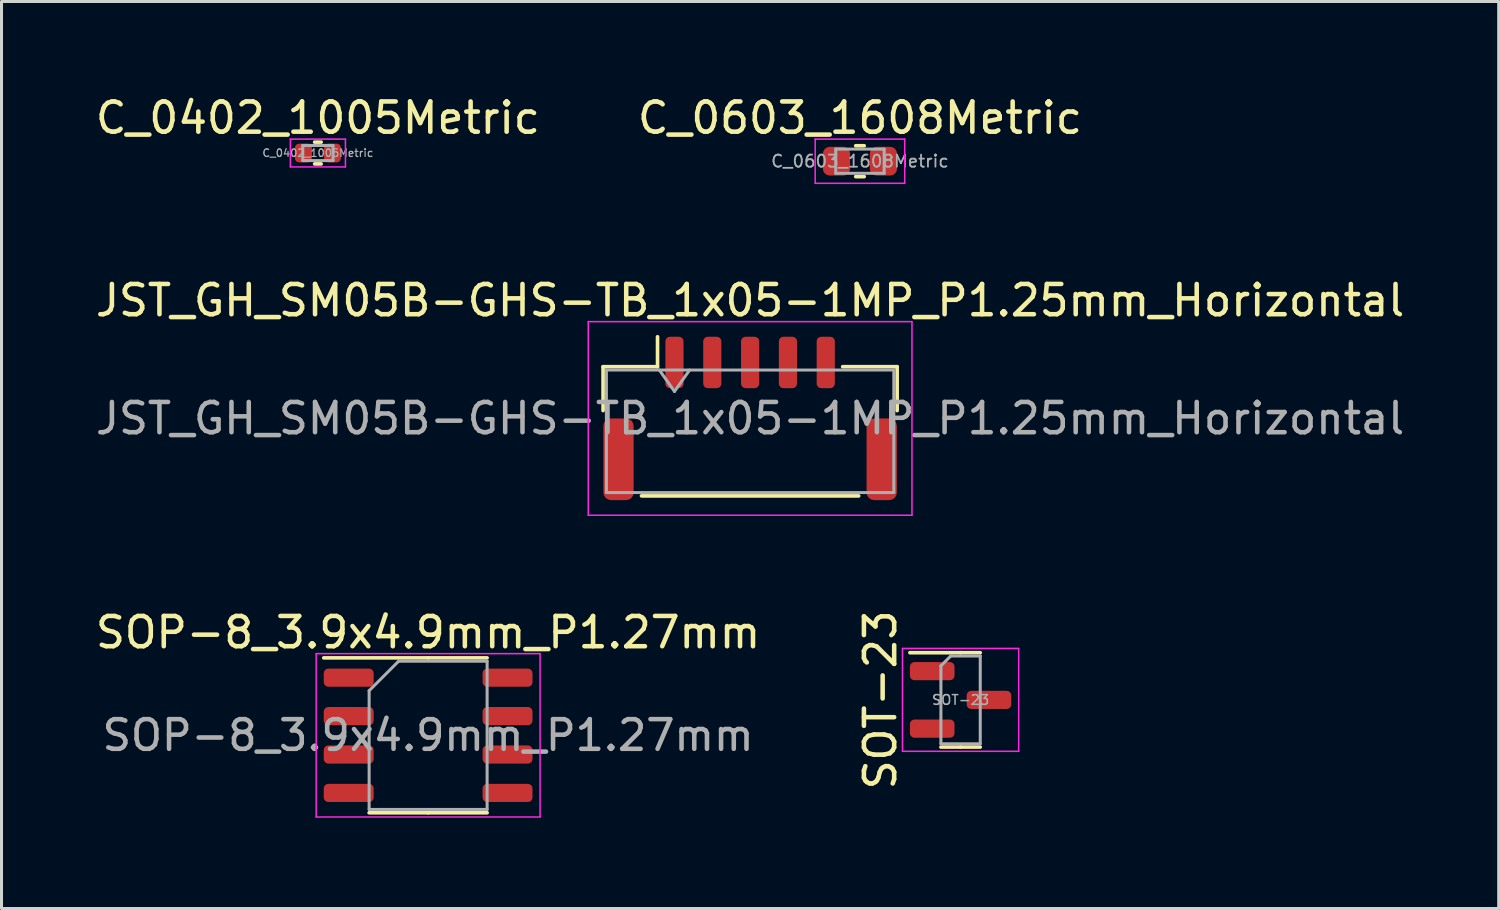
<source format=kicad_pcb>
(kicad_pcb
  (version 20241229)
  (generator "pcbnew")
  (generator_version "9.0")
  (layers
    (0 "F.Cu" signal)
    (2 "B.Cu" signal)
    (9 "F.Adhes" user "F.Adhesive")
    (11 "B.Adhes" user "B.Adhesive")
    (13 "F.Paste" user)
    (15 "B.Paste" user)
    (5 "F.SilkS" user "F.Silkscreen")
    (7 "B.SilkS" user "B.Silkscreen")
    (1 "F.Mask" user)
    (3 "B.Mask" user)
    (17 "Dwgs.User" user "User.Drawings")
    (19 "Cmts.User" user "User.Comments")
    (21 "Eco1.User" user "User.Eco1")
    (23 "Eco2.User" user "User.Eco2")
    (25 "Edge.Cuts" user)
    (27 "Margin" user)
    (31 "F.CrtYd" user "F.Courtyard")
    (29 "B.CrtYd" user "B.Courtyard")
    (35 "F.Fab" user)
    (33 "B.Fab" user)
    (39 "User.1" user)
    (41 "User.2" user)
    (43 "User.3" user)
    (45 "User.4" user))
  (footprint "C_0402_1005Metric"
    (layer "F.Cu")
    (at 7.458 2.008)
    (property "Reference" "C_0402_1005Metric" (at 0 -1.16 0) (layer "F.SilkS") (effects (font (size 1 1) (thickness 0.15))))
    (attr smd)
    (fp_line (start -0.108 -0.36) (end 0.108 -0.36) (stroke (width 0.12) (type solid)) (layer "F.SilkS"))
    (fp_line (start -0.108 0.36) (end 0.108 0.36) (stroke (width 0.12) (type solid)) (layer "F.SilkS"))
    (fp_line (start -0.91 -0.46) (end 0.91 -0.46) (stroke (width 0.05) (type solid)) (layer "F.CrtYd"))
    (fp_line (start -0.91 0.46) (end -0.91 -0.46) (stroke (width 0.05) (type solid)) (layer "F.CrtYd"))
    (fp_line (start 0.91 -0.46) (end 0.91 0.46) (stroke (width 0.05) (type solid)) (layer "F.CrtYd"))
    (fp_line (start 0.91 0.46) (end -0.91 0.46) (stroke (width 0.05) (type solid)) (layer "F.CrtYd"))
    (fp_line (start -0.5 -0.25) (end 0.5 -0.25) (stroke (width 0.1) (type solid)) (layer "F.Fab"))
    (fp_line (start -0.5 0.25) (end -0.5 -0.25) (stroke (width 0.1) (type solid)) (layer "F.Fab"))
    (fp_line (start 0.5 -0.25) (end 0.5 0.25) (stroke (width 0.1) (type solid)) (layer "F.Fab"))
    (fp_line (start 0.5 0.25) (end -0.5 0.25) (stroke (width 0.1) (type solid)) (layer "F.Fab"))
    (fp_text user "${REFERENCE}" (at 0 0 0) (layer "F.Fab") (effects (font (size 0.25 0.25) (thickness 0.04))))
    (pad "1" smd roundrect (at -0.48 0 180) (size 0.56 0.62) (layers "F.Cu" "F.Mask" "F.Paste") (roundrect_rratio 0.25))
    (pad "2" smd roundrect (at 0.48 0 180) (size 0.56 0.62) (layers "F.Cu" "F.Mask" "F.Paste") (roundrect_rratio 0.25)))
  (footprint "SOP-8_3.9x4.9mm_P1.27mm"
    (layer "F.Cu")
    (at 11.101 21.255)
    (property "Reference" "SOP-8_3.9x4.9mm_P1.27mm" (at 0 -3.4 0) (layer "F.SilkS") (effects (font (size 1 1) (thickness 0.15))))
    (attr smd)
    (fp_line (start 0 -2.56) (end -3.45 -2.56) (stroke (width 0.12) (type solid)) (layer "F.SilkS"))
    (fp_line (start 0 -2.56) (end 1.95 -2.56) (stroke (width 0.12) (type solid)) (layer "F.SilkS"))
    (fp_line (start 0 2.56) (end -1.95 2.56) (stroke (width 0.12) (type solid)) (layer "F.SilkS"))
    (fp_line (start 0 2.56) (end 1.95 2.56) (stroke (width 0.12) (type solid)) (layer "F.SilkS"))
    (fp_line (start -3.7 -2.7) (end -3.7 2.7) (stroke (width 0.05) (type solid)) (layer "F.CrtYd"))
    (fp_line (start -3.7 2.7) (end 3.7 2.7) (stroke (width 0.05) (type solid)) (layer "F.CrtYd"))
    (fp_line (start 3.7 -2.7) (end -3.7 -2.7) (stroke (width 0.05) (type solid)) (layer "F.CrtYd"))
    (fp_line (start 3.7 2.7) (end 3.7 -2.7) (stroke (width 0.05) (type solid)) (layer "F.CrtYd"))
    (fp_line (start -1.95 -1.475) (end -0.975 -2.45) (stroke (width 0.1) (type solid)) (layer "F.Fab"))
    (fp_line (start -1.95 2.45) (end -1.95 -1.475) (stroke (width 0.1) (type solid)) (layer "F.Fab"))
    (fp_line (start -0.975 -2.45) (end 1.95 -2.45) (stroke (width 0.1) (type solid)) (layer "F.Fab"))
    (fp_line (start 1.95 -2.45) (end 1.95 2.45) (stroke (width 0.1) (type solid)) (layer "F.Fab"))
    (fp_line (start 1.95 2.45) (end -1.95 2.45) (stroke (width 0.1) (type solid)) (layer "F.Fab"))
    (fp_text user "${REFERENCE}" (at 0 0 0) (layer "F.Fab") (effects (font (size 0.98 0.98) (thickness 0.15))))
    (pad "1" smd roundrect (at -2.625 -1.905 180) (size 1.65 0.6) (layers "F.Cu" "F.Mask" "F.Paste") (roundrect_rratio 0.25))
    (pad "2" smd roundrect (at -2.625 -0.635 180) (size 1.65 0.6) (layers "F.Cu" "F.Mask" "F.Paste") (roundrect_rratio 0.25))
    (pad "3" smd roundrect (at -2.625 0.635 180) (size 1.65 0.6) (layers "F.Cu" "F.Mask" "F.Paste") (roundrect_rratio 0.25))
    (pad "4" smd roundrect (at -2.625 1.905 180) (size 1.65 0.6) (layers "F.Cu" "F.Mask" "F.Paste") (roundrect_rratio 0.25))
    (pad "5" smd roundrect (at 2.625 1.905 180) (size 1.65 0.6) (layers "F.Cu" "F.Mask" "F.Paste") (roundrect_rratio 0.25))
    (pad "6" smd roundrect (at 2.625 0.635 180) (size 1.65 0.6) (layers "F.Cu" "F.Mask" "F.Paste") (roundrect_rratio 0.25))
    (pad "7" smd roundrect (at 2.625 -0.635 180) (size 1.65 0.6) (layers "F.Cu" "F.Mask" "F.Paste") (roundrect_rratio 0.25))
    (pad "8" smd roundrect (at 2.625 -1.905 180) (size 1.65 0.6) (layers "F.Cu" "F.Mask" "F.Paste") (roundrect_rratio 0.25)))
  (footprint "JST_GH_SM05B-GHS-TB_1x05-1MP_P1.25mm_Horizontal"
    (layer "F.Cu")
    (at 21.744 10.781)
    (property "Reference" "JST_GH_SM05B-GHS-TB_1x05-1MP_P1.25mm_Horizontal" (at 0 -3.9 0) (layer "F.SilkS") (effects (font (size 1 1) (thickness 0.15))))
    (attr smd)
    (fp_line (start -4.86 -1.71) (end -3.06 -1.71) (stroke (width 0.12) (type solid)) (layer "F.SilkS"))
    (fp_line (start -4.86 -0.26) (end -4.86 -1.71) (stroke (width 0.12) (type solid)) (layer "F.SilkS"))
    (fp_line (start -3.59 2.56) (end 3.59 2.56) (stroke (width 0.12) (type solid)) (layer "F.SilkS"))
    (fp_line (start -3.06 -1.71) (end -3.06 -2.7) (stroke (width 0.12) (type solid)) (layer "F.SilkS"))
    (fp_line (start 4.86 -1.71) (end 3.06 -1.71) (stroke (width 0.12) (type solid)) (layer "F.SilkS"))
    (fp_line (start 4.86 -0.26) (end 4.86 -1.71) (stroke (width 0.12) (type solid)) (layer "F.SilkS"))
    (fp_line (start -5.35 -3.2) (end -5.35 3.2) (stroke (width 0.05) (type solid)) (layer "F.CrtYd"))
    (fp_line (start -5.35 3.2) (end 5.35 3.2) (stroke (width 0.05) (type solid)) (layer "F.CrtYd"))
    (fp_line (start 5.35 -3.2) (end -5.35 -3.2) (stroke (width 0.05) (type solid)) (layer "F.CrtYd"))
    (fp_line (start 5.35 3.2) (end 5.35 -3.2) (stroke (width 0.05) (type solid)) (layer "F.CrtYd"))
    (fp_line (start -4.75 -1.6) (end -4.75 2.45) (stroke (width 0.1) (type solid)) (layer "F.Fab"))
    (fp_line (start -4.75 -1.6) (end 4.75 -1.6) (stroke (width 0.1) (type solid)) (layer "F.Fab"))
    (fp_line (start -4.75 2.45) (end 4.75 2.45) (stroke (width 0.1) (type solid)) (layer "F.Fab"))
    (fp_line (start -3 -1.6) (end -2.5 -0.893) (stroke (width 0.1) (type solid)) (layer "F.Fab"))
    (fp_line (start -2.5 -0.893) (end -2 -1.6) (stroke (width 0.1) (type solid)) (layer "F.Fab"))
    (fp_line (start 4.75 -1.6) (end 4.75 2.45) (stroke (width 0.1) (type solid)) (layer "F.Fab"))
    (fp_text user "${REFERENCE}" (at 0 0 0) (layer "F.Fab") (effects (font (size 1 1) (thickness 0.15))))
    (pad "1" smd roundrect (at -2.5 -1.85) (size 0.6 1.7) (layers "F.Cu" "F.Mask" "F.Paste") (roundrect_rratio 0.25))
    (pad "2" smd roundrect (at -1.25 -1.85) (size 0.6 1.7) (layers "F.Cu" "F.Mask" "F.Paste") (roundrect_rratio 0.25))
    (pad "3" smd roundrect (at 0 -1.85) (size 0.6 1.7) (layers "F.Cu" "F.Mask" "F.Paste") (roundrect_rratio 0.25))
    (pad "4" smd roundrect (at 1.25 -1.85) (size 0.6 1.7) (layers "F.Cu" "F.Mask" "F.Paste") (roundrect_rratio 0.25))
    (pad "5" smd roundrect (at 2.5 -1.85) (size 0.6 1.7) (layers "F.Cu" "F.Mask" "F.Paste") (roundrect_rratio 0.25))
    (pad "MP" smd roundrect (at -4.35 1.35) (size 1 2.7) (layers "F.Cu" "F.Mask" "F.Paste") (roundrect_rratio 0.25))
    (pad "MP" smd roundrect (at 4.35 1.35) (size 1 2.7) (layers "F.Cu" "F.Mask" "F.Paste") (roundrect_rratio 0.25)))
  (footprint "SOT-23"
    (layer "F.Cu")
    (at 28.701 20.084)
    (property "Reference" "SOT-23" (at -2.65 0 270) (layer "F.SilkS") (effects (font (size 1 1) (thickness 0.15))))
    (attr smd)
    (fp_line (start 0 -1.56) (end -1.675 -1.56) (stroke (width 0.12) (type solid)) (layer "F.SilkS"))
    (fp_line (start 0 -1.56) (end 0.65 -1.56) (stroke (width 0.12) (type solid)) (layer "F.SilkS"))
    (fp_line (start 0 1.56) (end -0.65 1.56) (stroke (width 0.12) (type solid)) (layer "F.SilkS"))
    (fp_line (start 0 1.56) (end 0.65 1.56) (stroke (width 0.12) (type solid)) (layer "F.SilkS"))
    (fp_line (start -1.92 -1.7) (end -1.92 1.7) (stroke (width 0.05) (type solid)) (layer "F.CrtYd"))
    (fp_line (start -1.92 1.7) (end 1.92 1.7) (stroke (width 0.05) (type solid)) (layer "F.CrtYd"))
    (fp_line (start 1.92 -1.7) (end -1.92 -1.7) (stroke (width 0.05) (type solid)) (layer "F.CrtYd"))
    (fp_line (start 1.92 1.7) (end 1.92 -1.7) (stroke (width 0.05) (type solid)) (layer "F.CrtYd"))
    (fp_line (start -0.65 -1.125) (end -0.325 -1.45) (stroke (width 0.1) (type solid)) (layer "F.Fab"))
    (fp_line (start -0.65 1.45) (end -0.65 -1.125) (stroke (width 0.1) (type solid)) (layer "F.Fab"))
    (fp_line (start -0.325 -1.45) (end 0.65 -1.45) (stroke (width 0.1) (type solid)) (layer "F.Fab"))
    (fp_line (start 0.65 -1.45) (end 0.65 1.45) (stroke (width 0.1) (type solid)) (layer "F.Fab"))
    (fp_line (start 0.65 1.45) (end -0.65 1.45) (stroke (width 0.1) (type solid)) (layer "F.Fab"))
    (fp_text user "${REFERENCE}" (at 0 0 180) (layer "F.Fab") (effects (font (size 0.32 0.32) (thickness 0.05))))
    (pad "1" smd roundrect (at -0.938 -0.95) (size 1.475 0.6) (layers "F.Cu" "F.Mask" "F.Paste") (roundrect_rratio 0.25))
    (pad "2" smd roundrect (at -0.938 0.95) (size 1.475 0.6) (layers "F.Cu" "F.Mask" "F.Paste") (roundrect_rratio 0.25))
    (pad "3" smd roundrect (at 0.938 0) (size 1.475 0.6) (layers "F.Cu" "F.Mask" "F.Paste") (roundrect_rratio 0.25)))
  (footprint "C_0603_1608Metric"
    (layer "F.Cu")
    (at 25.375 2.278)
    (property "Reference" "C_0603_1608Metric" (at 0 -1.43 0) (layer "F.SilkS") (effects (font (size 1 1) (thickness 0.15))))
    (attr smd)
    (fp_line (start -0.141 -0.51) (end 0.141 -0.51) (stroke (width 0.12) (type solid)) (layer "F.SilkS"))
    (fp_line (start -0.141 0.51) (end 0.141 0.51) (stroke (width 0.12) (type solid)) (layer "F.SilkS"))
    (fp_line (start -1.48 -0.73) (end 1.48 -0.73) (stroke (width 0.05) (type solid)) (layer "F.CrtYd"))
    (fp_line (start -1.48 0.73) (end -1.48 -0.73) (stroke (width 0.05) (type solid)) (layer "F.CrtYd"))
    (fp_line (start 1.48 -0.73) (end 1.48 0.73) (stroke (width 0.05) (type solid)) (layer "F.CrtYd"))
    (fp_line (start 1.48 0.73) (end -1.48 0.73) (stroke (width 0.05) (type solid)) (layer "F.CrtYd"))
    (fp_line (start -0.8 -0.4) (end 0.8 -0.4) (stroke (width 0.1) (type solid)) (layer "F.Fab"))
    (fp_line (start -0.8 0.4) (end -0.8 -0.4) (stroke (width 0.1) (type solid)) (layer "F.Fab"))
    (fp_line (start 0.8 -0.4) (end 0.8 0.4) (stroke (width 0.1) (type solid)) (layer "F.Fab"))
    (fp_line (start 0.8 0.4) (end -0.8 0.4) (stroke (width 0.1) (type solid)) (layer "F.Fab"))
    (fp_text user "${REFERENCE}" (at 0 0 0) (layer "F.Fab") (effects (font (size 0.4 0.4) (thickness 0.06))))
    (pad "1" smd roundrect (at -0.775 0 180) (size 0.9 0.95) (layers "F.Cu" "F.Mask" "F.Paste") (roundrect_rratio 0.25))
    (pad "2" smd roundrect (at 0.775 0 180) (size 0.9 0.95) (layers "F.Cu" "F.Mask" "F.Paste") (roundrect_rratio 0.25)))
  (gr_rect
    (start -3 -3)
    (end 46.488 26.98)
    (stroke (width 0.1) (type default))
    (fill no)
    (layer "Edge.Cuts")))
</source>
